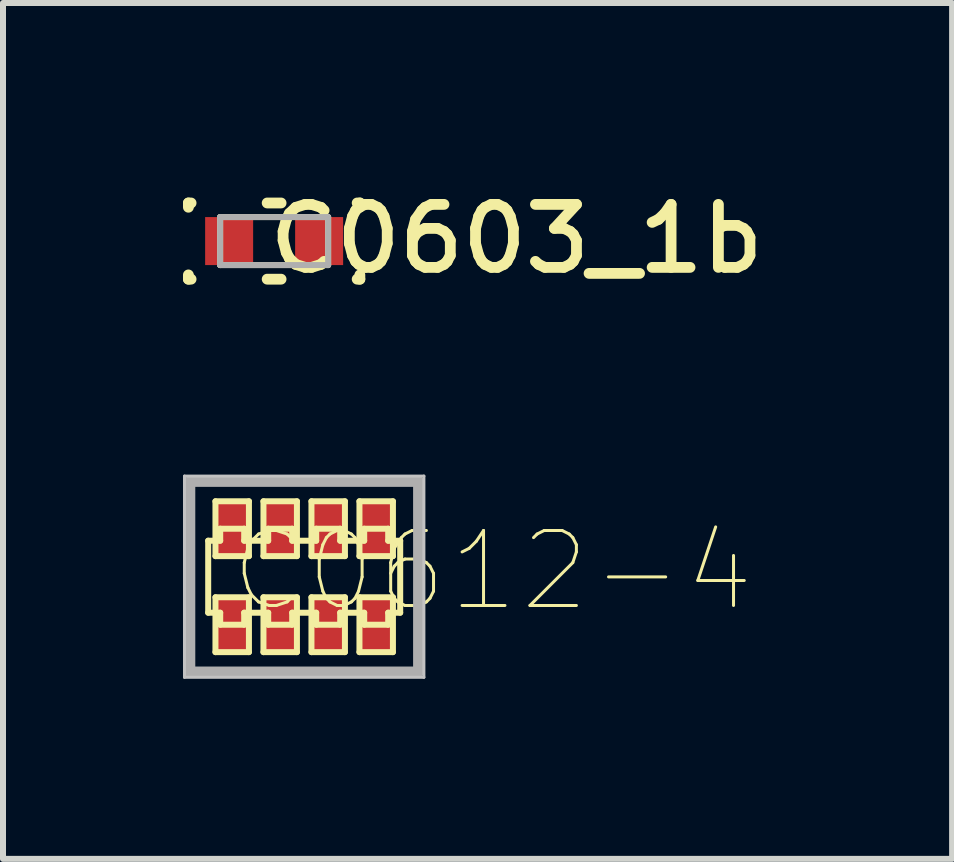
<source format=kicad_pcb>
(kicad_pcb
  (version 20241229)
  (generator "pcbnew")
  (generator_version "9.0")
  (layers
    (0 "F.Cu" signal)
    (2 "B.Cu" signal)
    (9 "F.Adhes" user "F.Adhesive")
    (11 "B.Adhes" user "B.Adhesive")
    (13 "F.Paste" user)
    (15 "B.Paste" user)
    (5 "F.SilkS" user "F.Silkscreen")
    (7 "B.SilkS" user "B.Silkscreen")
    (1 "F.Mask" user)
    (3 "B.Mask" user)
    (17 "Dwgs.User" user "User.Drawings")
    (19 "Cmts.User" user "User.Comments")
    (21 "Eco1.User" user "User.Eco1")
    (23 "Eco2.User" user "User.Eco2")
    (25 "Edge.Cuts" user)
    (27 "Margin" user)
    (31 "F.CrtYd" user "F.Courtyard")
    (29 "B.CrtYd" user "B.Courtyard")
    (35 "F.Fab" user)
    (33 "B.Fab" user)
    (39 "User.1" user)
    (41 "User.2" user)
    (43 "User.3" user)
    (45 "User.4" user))
  (footprint "C0612-4"
    (placed yes)
    (layer "F.Cu")
    (at 2.02 6.562)
    (property "Reference" "C0612-4" (at -1.27 0.635 0) (layer "F.SilkS") (effects (font (size 1.25 1.25) (thickness 0.05)) (justify left bottom)))
    (attr through_hole)
    (fp_line (start -1.6 -0.6) (end -1.6 0.6) (stroke (width 0.1) (type solid)) (layer "F.SilkS"))
    (fp_line (start -1.6 0.6) (end -1.4 0.6) (stroke (width 0.1) (type solid)) (layer "F.SilkS"))
    (fp_line (start -1.479 -1.257) (end -0.921 -1.257) (stroke (width 0.1) (type solid)) (layer "F.SilkS"))
    (fp_line (start -1.479 -0.343) (end -1.479 -1.257) (stroke (width 0.1) (type solid)) (layer "F.SilkS"))
    (fp_line (start -1.479 0.343) (end -0.921 0.343) (stroke (width 0.1) (type solid)) (layer "F.SilkS"))
    (fp_line (start -1.479 1.257) (end -1.479 0.343) (stroke (width 0.1) (type solid)) (layer "F.SilkS"))
    (fp_line (start -1.4 -0.8) (end -1.4 -0.6) (stroke (width 0.1) (type solid)) (layer "F.SilkS"))
    (fp_line (start -1.4 -0.6) (end -1.6 -0.6) (stroke (width 0.1) (type solid)) (layer "F.SilkS"))
    (fp_line (start -1.4 0.6) (end -1.4 0.8) (stroke (width 0.1) (type solid)) (layer "F.SilkS"))
    (fp_line (start -1.4 0.8) (end -1 0.8) (stroke (width 0.1) (type solid)) (layer "F.SilkS"))
    (fp_line (start -1 -0.8) (end -1.4 -0.8) (stroke (width 0.1) (type solid)) (layer "F.SilkS"))
    (fp_line (start -1 -0.6) (end -1 -0.8) (stroke (width 0.1) (type solid)) (layer "F.SilkS"))
    (fp_line (start -1 0.6) (end -0.6 0.6) (stroke (width 0.1) (type solid)) (layer "F.SilkS"))
    (fp_line (start -1 0.8) (end -1 0.6) (stroke (width 0.1) (type solid)) (layer "F.SilkS"))
    (fp_line (start -0.921 -1.257) (end -0.921 -0.343) (stroke (width 0.1) (type solid)) (layer "F.SilkS"))
    (fp_line (start -0.921 -0.343) (end -1.479 -0.343) (stroke (width 0.1) (type solid)) (layer "F.SilkS"))
    (fp_line (start -0.921 0.343) (end -0.921 1.257) (stroke (width 0.1) (type solid)) (layer "F.SilkS"))
    (fp_line (start -0.921 1.257) (end -1.479 1.257) (stroke (width 0.1) (type solid)) (layer "F.SilkS"))
    (fp_line (start -0.679 -1.257) (end -0.121 -1.257) (stroke (width 0.1) (type solid)) (layer "F.SilkS"))
    (fp_line (start -0.679 -0.343) (end -0.679 -1.257) (stroke (width 0.1) (type solid)) (layer "F.SilkS"))
    (fp_line (start -0.679 0.343) (end -0.121 0.343) (stroke (width 0.1) (type solid)) (layer "F.SilkS"))
    (fp_line (start -0.679 1.257) (end -0.679 0.343) (stroke (width 0.1) (type solid)) (layer "F.SilkS"))
    (fp_line (start -0.6 -0.8) (end -0.6 -0.6) (stroke (width 0.1) (type solid)) (layer "F.SilkS"))
    (fp_line (start -0.6 -0.6) (end -1 -0.6) (stroke (width 0.1) (type solid)) (layer "F.SilkS"))
    (fp_line (start -0.6 0.6) (end -0.6 0.8) (stroke (width 0.1) (type solid)) (layer "F.SilkS"))
    (fp_line (start -0.6 0.8) (end -0.2 0.8) (stroke (width 0.1) (type solid)) (layer "F.SilkS"))
    (fp_line (start -0.2 -0.8) (end -0.6 -0.8) (stroke (width 0.1) (type solid)) (layer "F.SilkS"))
    (fp_line (start -0.2 -0.6) (end -0.2 -0.8) (stroke (width 0.1) (type solid)) (layer "F.SilkS"))
    (fp_line (start -0.2 0.6) (end 0.2 0.6) (stroke (width 0.1) (type solid)) (layer "F.SilkS"))
    (fp_line (start -0.2 0.8) (end -0.2 0.6) (stroke (width 0.1) (type solid)) (layer "F.SilkS"))
    (fp_line (start -0.121 -1.257) (end -0.121 -0.343) (stroke (width 0.1) (type solid)) (layer "F.SilkS"))
    (fp_line (start -0.121 -0.343) (end -0.679 -0.343) (stroke (width 0.1) (type solid)) (layer "F.SilkS"))
    (fp_line (start -0.121 0.343) (end -0.121 1.257) (stroke (width 0.1) (type solid)) (layer "F.SilkS"))
    (fp_line (start -0.121 1.257) (end -0.679 1.257) (stroke (width 0.1) (type solid)) (layer "F.SilkS"))
    (fp_line (start 0.121 -1.257) (end 0.679 -1.257) (stroke (width 0.1) (type solid)) (layer "F.SilkS"))
    (fp_line (start 0.121 -0.343) (end 0.121 -1.257) (stroke (width 0.1) (type solid)) (layer "F.SilkS"))
    (fp_line (start 0.121 0.343) (end 0.679 0.343) (stroke (width 0.1) (type solid)) (layer "F.SilkS"))
    (fp_line (start 0.121 1.257) (end 0.121 0.343) (stroke (width 0.1) (type solid)) (layer "F.SilkS"))
    (fp_line (start 0.2 -0.8) (end 0.2 -0.6) (stroke (width 0.1) (type solid)) (layer "F.SilkS"))
    (fp_line (start 0.2 -0.6) (end -0.2 -0.6) (stroke (width 0.1) (type solid)) (layer "F.SilkS"))
    (fp_line (start 0.2 0.6) (end 0.2 0.8) (stroke (width 0.1) (type solid)) (layer "F.SilkS"))
    (fp_line (start 0.2 0.8) (end 0.6 0.8) (stroke (width 0.1) (type solid)) (layer "F.SilkS"))
    (fp_line (start 0.6 -0.8) (end 0.2 -0.8) (stroke (width 0.1) (type solid)) (layer "F.SilkS"))
    (fp_line (start 0.6 -0.6) (end 0.6 -0.8) (stroke (width 0.1) (type solid)) (layer "F.SilkS"))
    (fp_line (start 0.6 0.6) (end 1 0.6) (stroke (width 0.1) (type solid)) (layer "F.SilkS"))
    (fp_line (start 0.6 0.8) (end 0.6 0.6) (stroke (width 0.1) (type solid)) (layer "F.SilkS"))
    (fp_line (start 0.679 -1.257) (end 0.679 -0.343) (stroke (width 0.1) (type solid)) (layer "F.SilkS"))
    (fp_line (start 0.679 -0.343) (end 0.121 -0.343) (stroke (width 0.1) (type solid)) (layer "F.SilkS"))
    (fp_line (start 0.679 0.343) (end 0.679 1.257) (stroke (width 0.1) (type solid)) (layer "F.SilkS"))
    (fp_line (start 0.679 1.257) (end 0.121 1.257) (stroke (width 0.1) (type solid)) (layer "F.SilkS"))
    (fp_line (start 0.921 -1.257) (end 1.479 -1.257) (stroke (width 0.1) (type solid)) (layer "F.SilkS"))
    (fp_line (start 0.921 -0.343) (end 0.921 -1.257) (stroke (width 0.1) (type solid)) (layer "F.SilkS"))
    (fp_line (start 0.921 0.343) (end 1.479 0.343) (stroke (width 0.1) (type solid)) (layer "F.SilkS"))
    (fp_line (start 0.921 1.257) (end 0.921 0.343) (stroke (width 0.1) (type solid)) (layer "F.SilkS"))
    (fp_line (start 1 -0.8) (end 1 -0.6) (stroke (width 0.1) (type solid)) (layer "F.SilkS"))
    (fp_line (start 1 -0.6) (end 0.6 -0.6) (stroke (width 0.1) (type solid)) (layer "F.SilkS"))
    (fp_line (start 1 0.6) (end 1 0.8) (stroke (width 0.1) (type solid)) (layer "F.SilkS"))
    (fp_line (start 1 0.8) (end 1.4 0.8) (stroke (width 0.1) (type solid)) (layer "F.SilkS"))
    (fp_line (start 1.4 -0.8) (end 1 -0.8) (stroke (width 0.1) (type solid)) (layer "F.SilkS"))
    (fp_line (start 1.4 -0.6) (end 1.4 -0.8) (stroke (width 0.1) (type solid)) (layer "F.SilkS"))
    (fp_line (start 1.4 0.6) (end 1.6 0.6) (stroke (width 0.1) (type solid)) (layer "F.SilkS"))
    (fp_line (start 1.4 0.8) (end 1.4 0.6) (stroke (width 0.1) (type solid)) (layer "F.SilkS"))
    (fp_line (start 1.479 -1.257) (end 1.479 -0.343) (stroke (width 0.1) (type solid)) (layer "F.SilkS"))
    (fp_line (start 1.479 -0.343) (end 0.921 -0.343) (stroke (width 0.1) (type solid)) (layer "F.SilkS"))
    (fp_line (start 1.479 0.343) (end 1.479 1.257) (stroke (width 0.1) (type solid)) (layer "F.SilkS"))
    (fp_line (start 1.479 1.257) (end 0.921 1.257) (stroke (width 0.1) (type solid)) (layer "F.SilkS"))
    (fp_line (start 1.6 -0.6) (end 1.4 -0.6) (stroke (width 0.1) (type solid)) (layer "F.SilkS"))
    (fp_line (start 1.6 0.6) (end 1.6 -0.6) (stroke (width 0.1) (type solid)) (layer "F.SilkS"))
    (fp_line (start -1.995 -1.677) (end 1.995 -1.677) (stroke (width 0.05) (type solid)) (layer "Dwgs.User"))
    (fp_line (start -1.995 1.677) (end -1.995 -1.677) (stroke (width 0.05) (type solid)) (layer "Dwgs.User"))
    (fp_line (start 1.995 -1.677) (end 1.995 1.677) (stroke (width 0.05) (type solid)) (layer "Dwgs.User"))
    (fp_line (start 1.995 1.677) (end -1.995 1.677) (stroke (width 0.05) (type solid)) (layer "Dwgs.User"))
    (fp_line (start -1.905 -1.587) (end -1.905 1.587) (stroke (width 0.18) (type solid)) (layer "F.Fab"))
    (fp_line (start -1.905 1.587) (end 1.905 1.587) (stroke (width 0.18) (type solid)) (layer "F.Fab"))
    (fp_line (start 1.905 -1.587) (end -1.905 -1.587) (stroke (width 0.18) (type solid)) (layer "F.Fab"))
    (fp_line (start 1.905 1.587) (end 1.905 -1.587) (stroke (width 0.18) (type solid)) (layer "F.Fab"))
    (fp_poly (pts (xy 1.905 -1.587) (xy 1.905 1.587) (xy -1.905 1.587) (xy -1.905 -1.587) (xy 1.905 -1.587)) (stroke (width 0.02) (type solid)) (fill no) (layer "F.Fab"))
    (pad "1" smd rect (at -1.2 0.8) (size 0.559 0.914) (layers "F.Cu" "F.Mask" "F.Paste"))
    (pad "2" smd rect (at -0.4 0.8) (size 0.559 0.914) (layers "F.Cu" "F.Mask" "F.Paste"))
    (pad "3" smd rect (at 0.4 0.8) (size 0.559 0.914) (layers "F.Cu" "F.Mask" "F.Paste"))
    (pad "4" smd rect (at 1.2 0.8) (size 0.559 0.914) (layers "F.Cu" "F.Mask" "F.Paste"))
    (pad "5" smd rect (at 1.2 -0.8) (size 0.559 0.914) (layers "F.Cu" "F.Mask" "F.Paste"))
    (pad "6" smd rect (at 0.4 -0.8) (size 0.559 0.914) (layers "F.Cu" "F.Mask" "F.Paste"))
    (pad "7" smd rect (at -0.4 -0.8) (size 0.559 0.914) (layers "F.Cu" "F.Mask" "F.Paste"))
    (pad "8" smd rect (at -1.2 -0.8) (size 0.559 0.914) (layers "F.Cu" "F.Mask" "F.Paste")))
  (footprint "C0603_1b"
    (layer "F.Cu")
    (at 1.519 0.968)
    (property "Reference" "C0603_1b" (at 4.04 -0.038 0) (unlocked yes) (layer "F.SilkS") (effects (font (size 1.05 1.104) (thickness 0.18))))
    (attr smd)
    (fp_line (start -1.429 -0.635) (end -1.384 -0.635) (stroke (width 0.18) (type solid)) (layer "F.SilkS"))
    (fp_line (start -1.429 -0.564) (end -1.429 -0.635) (stroke (width 0.18) (type solid)) (layer "F.SilkS"))
    (fp_line (start -1.429 0.635) (end -1.429 0.564) (stroke (width 0.18) (type solid)) (layer "F.SilkS"))
    (fp_line (start -1.429 0.635) (end -1.384 0.635) (stroke (width 0.18) (type solid)) (layer "F.SilkS"))
    (fp_line (start -0.9 -0.4) (end 0.9 -0.4) (stroke (width 0.1) (type solid)) (layer "F.SilkS"))
    (fp_line (start -0.9 0.4) (end -0.9 -0.4) (stroke (width 0.1) (type solid)) (layer "F.SilkS"))
    (fp_line (start -0.9 0.4) (end 0.9 0.4) (stroke (width 0.1) (type solid)) (layer "F.SilkS"))
    (fp_line (start -0.116 -0.635) (end 0.116 -0.635) (stroke (width 0.18) (type solid)) (layer "F.SilkS"))
    (fp_line (start -0.116 0.635) (end 0.116 0.635) (stroke (width 0.18) (type solid)) (layer "F.SilkS"))
    (fp_line (start 0.9 0.4) (end 0.9 -0.4) (stroke (width 0.1) (type solid)) (layer "F.SilkS"))
    (fp_line (start 1.384 -0.635) (end 1.429 -0.635) (stroke (width 0.18) (type solid)) (layer "F.SilkS"))
    (fp_line (start 1.384 0.635) (end 1.429 0.635) (stroke (width 0.18) (type solid)) (layer "F.SilkS"))
    (fp_line (start 1.429 -0.564) (end 1.429 -0.635) (stroke (width 0.18) (type solid)) (layer "F.SilkS"))
    (fp_line (start 1.429 0.635) (end 1.429 0.564) (stroke (width 0.18) (type solid)) (layer "F.SilkS"))
    (fp_line (start -0.9 -0.4) (end 0.9 -0.4) (stroke (width 0.1) (type solid)) (layer "F.Fab"))
    (fp_line (start -0.9 0.4) (end -0.9 -0.4) (stroke (width 0.1) (type solid)) (layer "F.Fab"))
    (fp_line (start -0.9 0.4) (end 0.9 0.4) (stroke (width 0.1) (type solid)) (layer "F.Fab"))
    (fp_line (start 0.9 0.4) (end 0.9 -0.4) (stroke (width 0.1) (type solid)) (layer "F.Fab"))
    (pad "1" smd rect (at -0.75 0) (size 0.8 0.8) (layers "F.Cu" "F.Mask" "F.Paste"))
    (pad "2" smd rect (at 0.75 0) (size 0.8 0.8) (layers "F.Cu" "F.Mask" "F.Paste")))
  (gr_rect
    (start -3 -3)
    (end 12.819 11.265)
    (stroke (width 0.1) (type default))
    (fill no)
    (layer "Edge.Cuts")))
</source>
